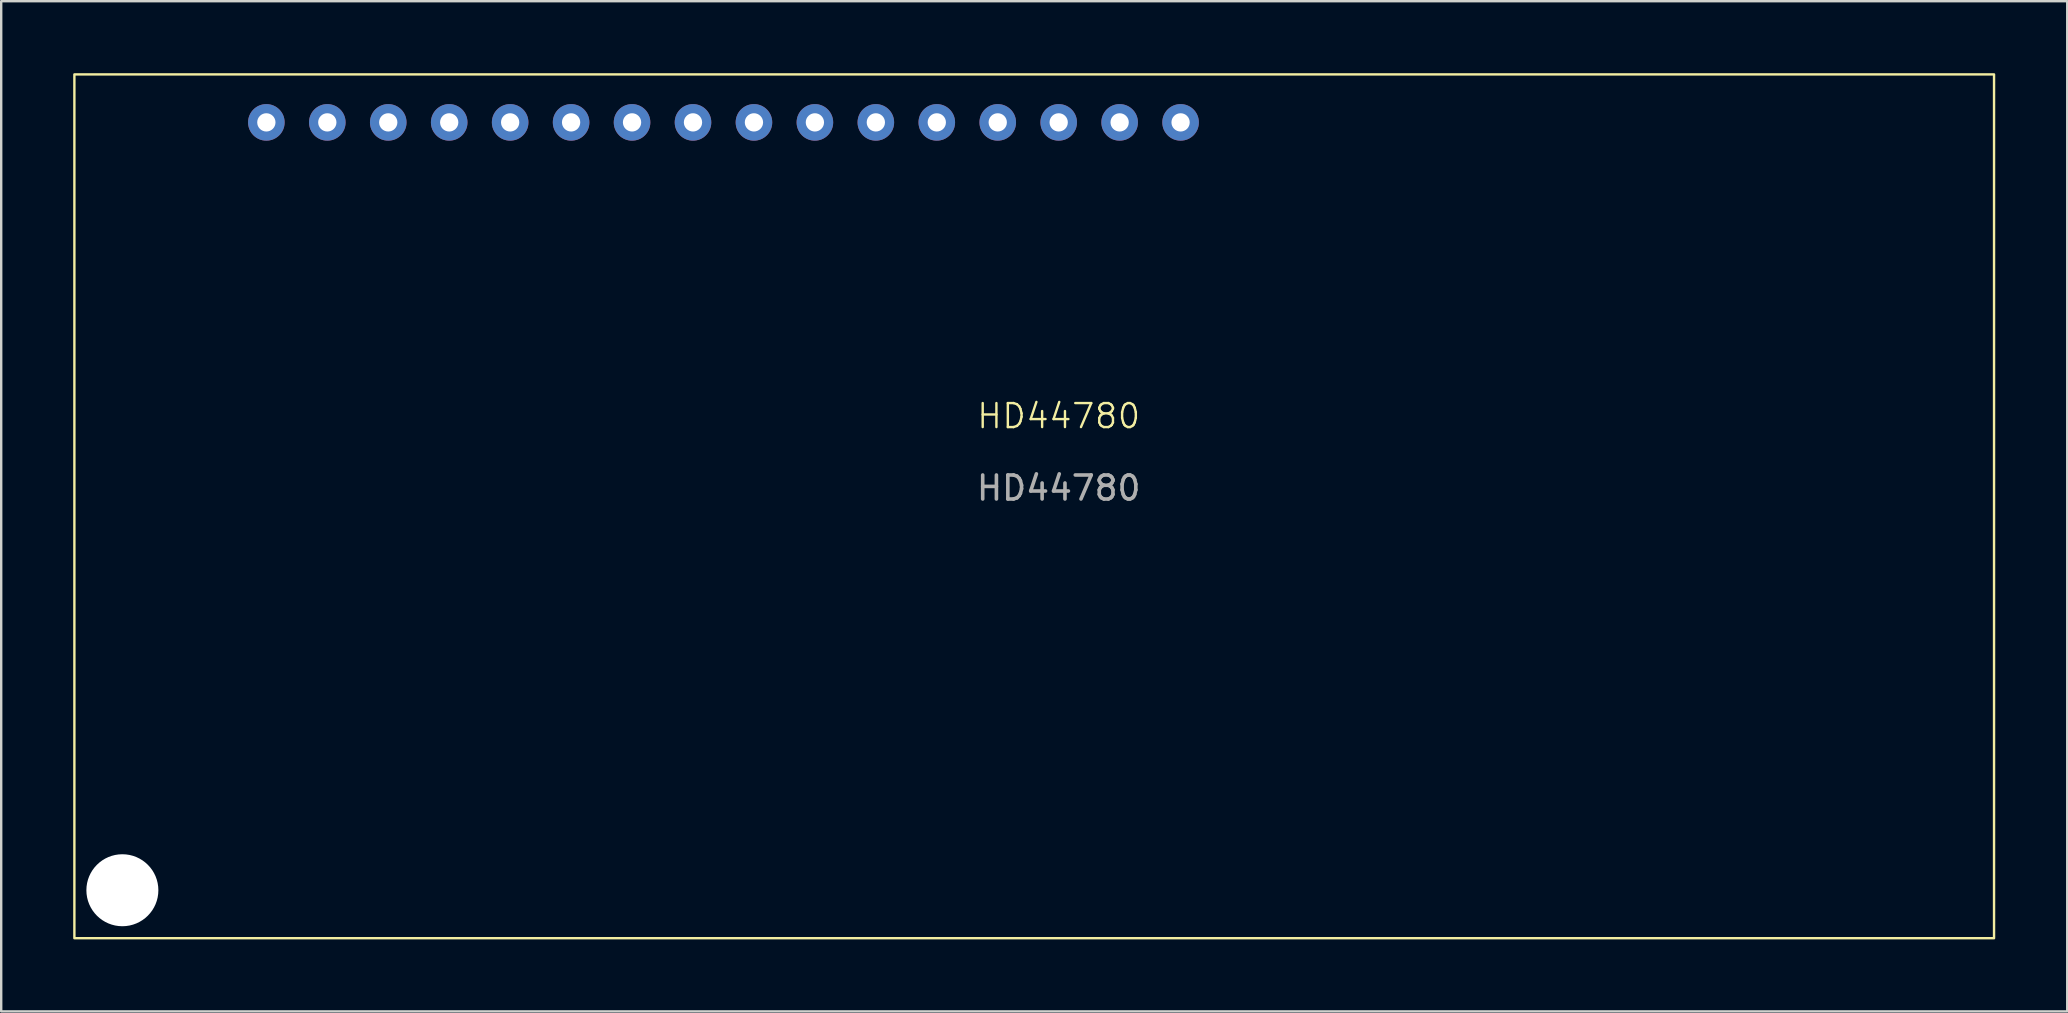
<source format=kicad_pcb>
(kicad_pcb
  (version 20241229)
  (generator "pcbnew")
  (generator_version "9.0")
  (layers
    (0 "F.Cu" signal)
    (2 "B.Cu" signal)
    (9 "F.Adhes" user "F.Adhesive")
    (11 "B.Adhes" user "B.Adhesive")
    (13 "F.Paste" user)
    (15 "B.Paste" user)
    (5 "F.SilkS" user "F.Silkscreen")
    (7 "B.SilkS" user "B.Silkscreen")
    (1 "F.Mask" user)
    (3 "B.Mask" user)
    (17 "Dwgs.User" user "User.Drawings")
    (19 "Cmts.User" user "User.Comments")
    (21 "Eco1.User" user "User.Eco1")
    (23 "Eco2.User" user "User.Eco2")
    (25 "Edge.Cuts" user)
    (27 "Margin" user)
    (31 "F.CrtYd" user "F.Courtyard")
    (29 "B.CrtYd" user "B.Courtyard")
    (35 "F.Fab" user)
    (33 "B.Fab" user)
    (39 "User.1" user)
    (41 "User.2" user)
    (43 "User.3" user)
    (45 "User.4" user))
  (footprint "HD44780"
    (layer "F.Cu")
    (at 41.07 17.29)
    (property "Reference" "HD44780" (at 0 -3 0) (unlocked yes) (layer "F.SilkS") (effects (font (size 1 1) (thickness 0.1))))
    (attr through_hole)
    (fp_rect (start -41.02 -17.24) (end 38.98 18.76) (stroke (width 0.1) (type default)) (fill no) (layer "F.SilkS"))
    (fp_text user "${REFERENCE}" (at 0 0 0) (unlocked yes) (layer "F.Fab") (effects (font (size 1 1) (thickness 0.15))))
    (pad "" np_thru_hole circle (at -39.02 16.76) (size 3 3) (drill 3) (layers "*.Cu" "*.Mask"))
    (pad "1" thru_hole circle (at -33.02 -15.24 90) (size 1.524 1.524) (drill 0.762) (layers "*.Cu" "*.Mask"))
    (pad "2" thru_hole circle (at -30.48 -15.24 90) (size 1.524 1.524) (drill 0.762) (layers "*.Cu" "*.Mask"))
    (pad "3" thru_hole circle (at -27.94 -15.24 90) (size 1.524 1.524) (drill 0.762) (layers "*.Cu" "*.Mask"))
    (pad "4" thru_hole circle (at -25.4 -15.24 90) (size 1.524 1.524) (drill 0.762) (layers "*.Cu" "*.Mask"))
    (pad "5" thru_hole circle (at -22.86 -15.24 90) (size 1.524 1.524) (drill 0.762) (layers "*.Cu" "*.Mask"))
    (pad "6" thru_hole circle (at -20.32 -15.24 90) (size 1.524 1.524) (drill 0.762) (layers "*.Cu" "*.Mask"))
    (pad "7" thru_hole circle (at -17.78 -15.24 90) (size 1.524 1.524) (drill 0.762) (layers "*.Cu" "*.Mask"))
    (pad "8" thru_hole circle (at -15.24 -15.24 90) (size 1.524 1.524) (drill 0.762) (layers "*.Cu" "*.Mask"))
    (pad "9" thru_hole circle (at -12.7 -15.24 90) (size 1.524 1.524) (drill 0.762) (layers "*.Cu" "*.Mask"))
    (pad "10" thru_hole circle (at -10.16 -15.24 90) (size 1.524 1.524) (drill 0.762) (layers "*.Cu" "*.Mask"))
    (pad "11" thru_hole circle (at -7.62 -15.24 90) (size 1.524 1.524) (drill 0.762) (layers "*.Cu" "*.Mask"))
    (pad "12" thru_hole circle (at -5.08 -15.24 90) (size 1.524 1.524) (drill 0.762) (layers "*.Cu" "*.Mask"))
    (pad "13" thru_hole circle (at -2.54 -15.24 90) (size 1.524 1.524) (drill 0.762) (layers "*.Cu" "*.Mask"))
    (pad "14" thru_hole circle (at 0 -15.24 90) (size 1.524 1.524) (drill 0.762) (layers "*.Cu" "*.Mask"))
    (pad "15" thru_hole circle (at 2.54 -15.24 90) (size 1.524 1.524) (drill 0.762) (layers "*.Cu" "*.Mask"))
    (pad "16" thru_hole circle (at 5.08 -15.24 90) (size 1.524 1.524) (drill 0.762) (layers "*.Cu" "*.Mask")))
  (gr_rect
    (start -3 -3)
    (end 83.1 39.1)
    (stroke (width 0.1) (type default))
    (fill no)
    (layer "Edge.Cuts")))
</source>
